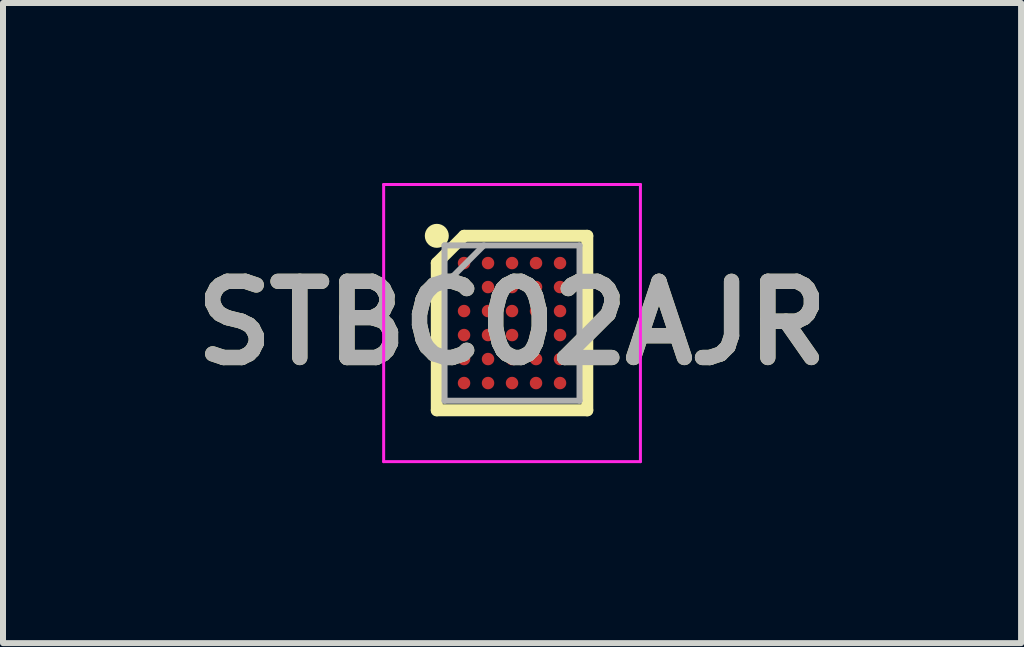
<source format=kicad_pcb>
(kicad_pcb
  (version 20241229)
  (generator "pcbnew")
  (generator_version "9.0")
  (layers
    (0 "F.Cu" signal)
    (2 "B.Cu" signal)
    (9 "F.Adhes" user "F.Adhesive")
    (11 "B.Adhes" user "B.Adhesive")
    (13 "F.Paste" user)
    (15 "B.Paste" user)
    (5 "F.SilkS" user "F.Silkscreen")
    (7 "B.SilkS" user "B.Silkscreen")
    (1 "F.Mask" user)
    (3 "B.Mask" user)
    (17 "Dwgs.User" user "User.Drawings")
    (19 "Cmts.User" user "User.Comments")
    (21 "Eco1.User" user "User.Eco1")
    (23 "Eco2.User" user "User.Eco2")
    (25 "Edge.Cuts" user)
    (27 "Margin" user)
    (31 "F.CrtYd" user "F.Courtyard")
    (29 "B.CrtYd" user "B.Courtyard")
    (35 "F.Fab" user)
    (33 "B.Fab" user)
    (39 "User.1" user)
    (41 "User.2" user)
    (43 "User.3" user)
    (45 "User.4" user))
  (footprint "STBC02AJR"
    (layer "F.Cu")
    (at 5.485 2.335)
    (property "Reference" "STBC02AJR" (at 0 0 0) (layer "F.SilkS") (effects (font (size 1.27 1.27) (thickness 0.254))))
    (attr smd)
    (fp_line (start -1.254 -1) (end -0.8 -1.454) (stroke (width 0.2) (type solid)) (layer "F.SilkS"))
    (fp_line (start -1.254 1.454) (end -1.254 -1) (stroke (width 0.2) (type solid)) (layer "F.SilkS"))
    (fp_line (start -0.8 -1.454) (end 1.254 -1.454) (stroke (width 0.2) (type solid)) (layer "F.SilkS"))
    (fp_line (start 1.254 -1.454) (end 1.254 1.454) (stroke (width 0.2) (type solid)) (layer "F.SilkS"))
    (fp_line (start 1.254 1.454) (end -1.254 1.454) (stroke (width 0.2) (type solid)) (layer "F.SilkS"))
    (fp_circle (center -1.254 -1.454) (end -1.254 -1.354) (stroke (width 0.2) (type solid)) (fill no) (layer "F.SilkS"))
    (fp_line (start -2.14 -2.31) (end 2.14 -2.31) (stroke (width 0.05) (type solid)) (layer "F.CrtYd"))
    (fp_line (start -2.14 2.31) (end -2.14 -2.31) (stroke (width 0.05) (type solid)) (layer "F.CrtYd"))
    (fp_line (start 2.14 -2.31) (end 2.14 2.31) (stroke (width 0.05) (type solid)) (layer "F.CrtYd"))
    (fp_line (start 2.14 2.31) (end -2.14 2.31) (stroke (width 0.05) (type solid)) (layer "F.CrtYd"))
    (fp_line (start -1.125 -1.295) (end 1.125 -1.295) (stroke (width 0.1) (type solid)) (layer "F.Fab"))
    (fp_line (start -1.125 -0.64) (end -0.47 -1.295) (stroke (width 0.1) (type solid)) (layer "F.Fab"))
    (fp_line (start -1.125 1.295) (end -1.125 -1.295) (stroke (width 0.1) (type solid)) (layer "F.Fab"))
    (fp_line (start 1.125 -1.295) (end 1.125 1.295) (stroke (width 0.1) (type solid)) (layer "F.Fab"))
    (fp_line (start 1.125 1.295) (end -1.125 1.295) (stroke (width 0.1) (type solid)) (layer "F.Fab"))
    (fp_text user "${REFERENCE}" (at 0 0 0) (layer "F.Fab") (effects (font (size 1.27 1.27) (thickness 0.254))))
    (pad "A1" smd circle (at -0.8 -1 90) (size 0.208 0.208) (layers "F.Cu" "F.Mask" "F.Paste"))
    (pad "A2" smd circle (at -0.4 -1 90) (size 0.208 0.208) (layers "F.Cu" "F.Mask" "F.Paste"))
    (pad "A3" smd circle (at 0 -1 90) (size 0.208 0.208) (layers "F.Cu" "F.Mask" "F.Paste"))
    (pad "A4" smd circle (at 0.4 -1 90) (size 0.208 0.208) (layers "F.Cu" "F.Mask" "F.Paste"))
    (pad "A5" smd circle (at 0.8 -1 90) (size 0.208 0.208) (layers "F.Cu" "F.Mask" "F.Paste"))
    (pad "B1" smd circle (at -0.8 -0.6 90) (size 0.208 0.208) (layers "F.Cu" "F.Mask" "F.Paste"))
    (pad "B2" smd circle (at -0.4 -0.6 90) (size 0.208 0.208) (layers "F.Cu" "F.Mask" "F.Paste"))
    (pad "B3" smd circle (at 0 -0.6 90) (size 0.208 0.208) (layers "F.Cu" "F.Mask" "F.Paste"))
    (pad "B4" smd circle (at 0.4 -0.6 90) (size 0.208 0.208) (layers "F.Cu" "F.Mask" "F.Paste"))
    (pad "B5" smd circle (at 0.8 -0.6 90) (size 0.208 0.208) (layers "F.Cu" "F.Mask" "F.Paste"))
    (pad "C1" smd circle (at -0.8 -0.2 90) (size 0.208 0.208) (layers "F.Cu" "F.Mask" "F.Paste"))
    (pad "C2" smd circle (at -0.4 -0.2 90) (size 0.208 0.208) (layers "F.Cu" "F.Mask" "F.Paste"))
    (pad "C3" smd circle (at 0 -0.2 90) (size 0.208 0.208) (layers "F.Cu" "F.Mask" "F.Paste"))
    (pad "C4" smd circle (at 0.4 -0.2 90) (size 0.208 0.208) (layers "F.Cu" "F.Mask" "F.Paste"))
    (pad "C5" smd circle (at 0.8 -0.2 90) (size 0.208 0.208) (layers "F.Cu" "F.Mask" "F.Paste"))
    (pad "D1" smd circle (at -0.8 0.2 90) (size 0.208 0.208) (layers "F.Cu" "F.Mask" "F.Paste"))
    (pad "D2" smd circle (at -0.4 0.2 90) (size 0.208 0.208) (layers "F.Cu" "F.Mask" "F.Paste"))
    (pad "D3" smd circle (at 0 0.2 90) (size 0.208 0.208) (layers "F.Cu" "F.Mask" "F.Paste"))
    (pad "D4" smd circle (at 0.4 0.2 90) (size 0.208 0.208) (layers "F.Cu" "F.Mask" "F.Paste"))
    (pad "D5" smd circle (at 0.8 0.2 90) (size 0.208 0.208) (layers "F.Cu" "F.Mask" "F.Paste"))
    (pad "E1" smd circle (at -0.8 0.6 90) (size 0.208 0.208) (layers "F.Cu" "F.Mask" "F.Paste"))
    (pad "E2" smd circle (at -0.4 0.6 90) (size 0.208 0.208) (layers "F.Cu" "F.Mask" "F.Paste"))
    (pad "E3" smd circle (at 0 0.6 90) (size 0.208 0.208) (layers "F.Cu" "F.Mask" "F.Paste"))
    (pad "E4" smd circle (at 0.4 0.6 90) (size 0.208 0.208) (layers "F.Cu" "F.Mask" "F.Paste"))
    (pad "E5" smd circle (at 0.8 0.6 90) (size 0.208 0.208) (layers "F.Cu" "F.Mask" "F.Paste"))
    (pad "F1" smd circle (at -0.8 1 90) (size 0.208 0.208) (layers "F.Cu" "F.Mask" "F.Paste"))
    (pad "F2" smd circle (at -0.4 1 90) (size 0.208 0.208) (layers "F.Cu" "F.Mask" "F.Paste"))
    (pad "F3" smd circle (at 0 1 90) (size 0.208 0.208) (layers "F.Cu" "F.Mask" "F.Paste"))
    (pad "F4" smd circle (at 0.4 1 90) (size 0.208 0.208) (layers "F.Cu" "F.Mask" "F.Paste"))
    (pad "F5" smd circle (at 0.8 1 90) (size 0.208 0.208) (layers "F.Cu" "F.Mask" "F.Paste")))
  (gr_rect
    (start -3 -3)
    (end 13.97 7.67)
    (stroke (width 0.1) (type default))
    (fill no)
    (layer "Edge.Cuts")))
</source>
